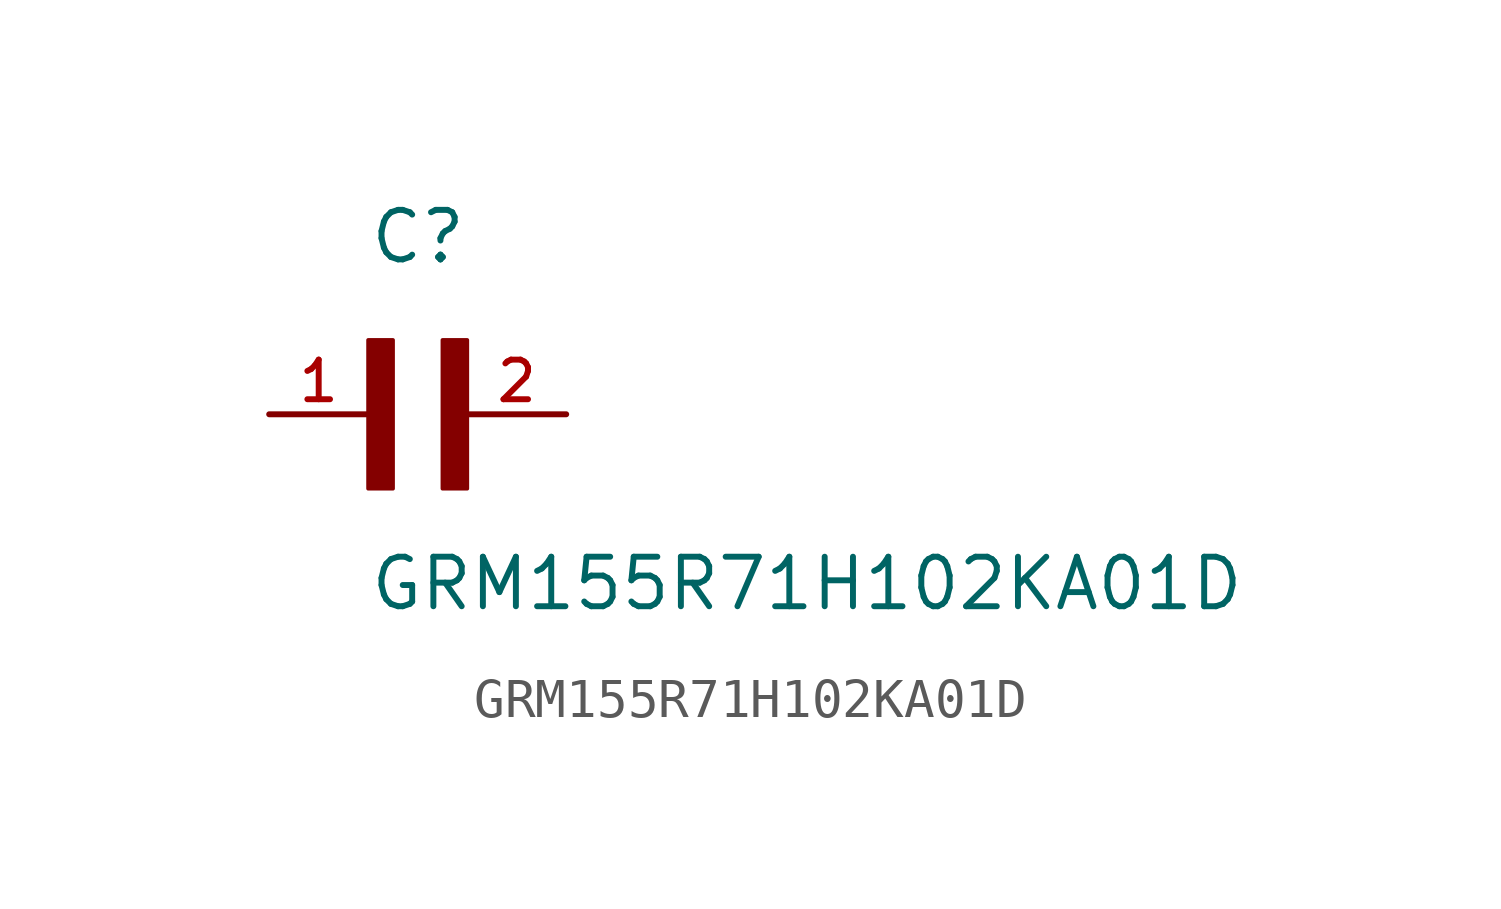
<source format=kicad_sym>
(kicad_symbol_lib
  (version 20211014)
  (generator kicad_symbol_editor)
  (symbol "GRM155R71H102KA01D"
    (pin_names
      (offset 1.016))
    (property "Reference" "C"
      (at 0.0 3.811 0)
      (effects (font (size 1.27 1.27)) (justify bottom left)))
    (property "Value" "GRM155R71H102KA01D"
      (at 0.0 -5.088 0)
      (effects (font (size 1.27 1.27)) (justify bottom left)))
    (symbol "GRM155R71H102KA01D_0_0"
      (rectangle (start 0.0 -1.907) (end 0.635 1.905) (stroke (width 0.1)) (fill (type outline)))
      (rectangle (start 1.907 -1.907) (end 2.54 1.905) (stroke (width 0.1)) (fill (type outline)))
      (pin passive line (at 5.08 0.0 180.0) (length 2.54) (name "~" (effects (font (size 1.016 1.016)))) (number "2" (effects (font (size 1.016 1.016)))))
      (pin passive line (at -2.54 0.0 0) (length 2.54) (name "~" (effects (font (size 1.016 1.016)))) (number "1" (effects (font (size 1.016 1.016))))))))
</source>
